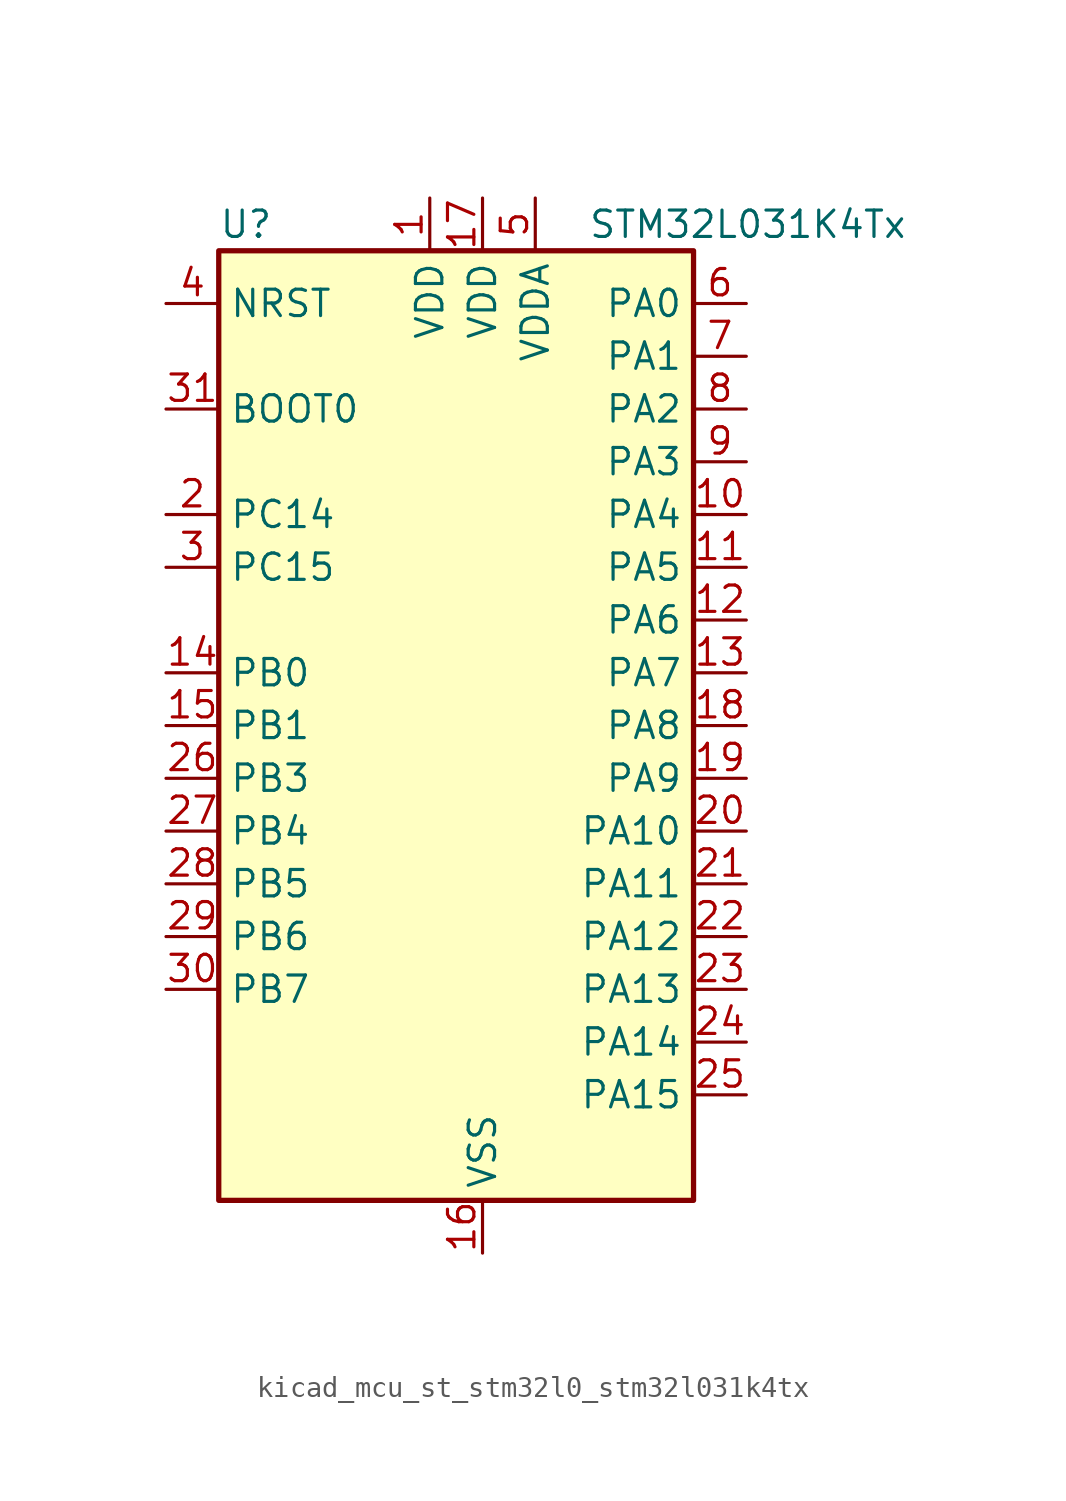
<source format=kicad_sym>
(kicad_symbol_lib
  (version 20220914)
  (generator kicad_symbol_editor)
  (symbol "kicad_mcu_st_stm32l0_stm32l031k4tx"
    (property "Reference" "U"
      (at -10.16 24.13 0)
      (effects (font (size 1.27 1.27)) (justify left)))
    (property "Value" "STM32L031K4Tx"
      (at 7.62 24.13 0)
      (effects (font (size 1.27 1.27)) (justify left)))
    (property "ki_locked" ""
      (at 0 0 0)
      (effects (font (size 1.27 1.27))))
    (symbol "kicad_mcu_st_stm32l0_stm32l031k4tx_0_1"
      (rectangle (start -10.16 -22.86) (end 12.7 22.86) (stroke (width 0.254) (type default)) (fill (type background))))
    (symbol "kicad_mcu_st_stm32l0_stm32l031k4tx_1_1"
      (pin power_in line (at 0 25.4 270) (length 2.54) (name "VDD" (effects (font (size 1.27 1.27)))) (number "1" (effects (font (size 1.27 1.27)))))
      (pin bidirectional line (at 15.24 10.16 180) (length 2.54) (name "PA4" (effects (font (size 1.27 1.27)))) (number "10" (effects (font (size 1.27 1.27)))) (alternate "ADC_IN4" bidirectional line) (alternate "COMP1_INM" bidirectional line) (alternate "COMP2_INM" bidirectional line) (alternate "LPTIM1_IN1" bidirectional line) (alternate "SPI1_NSS" bidirectional line) (alternate "TIM22_ETR" bidirectional line) (alternate "USART2_CK" bidirectional line))
      (pin bidirectional line (at 15.24 7.62 180) (length 2.54) (name "PA5" (effects (font (size 1.27 1.27)))) (number "11" (effects (font (size 1.27 1.27)))) (alternate "ADC_IN5" bidirectional line) (alternate "COMP1_INM" bidirectional line) (alternate "COMP2_INM" bidirectional line) (alternate "LPTIM1_IN2" bidirectional line) (alternate "SPI1_SCK" bidirectional line) (alternate "TIM2_CH1" bidirectional line) (alternate "TIM2_ETR" bidirectional line))
      (pin bidirectional line (at 15.24 5.08 180) (length 2.54) (name "PA6" (effects (font (size 1.27 1.27)))) (number "12" (effects (font (size 1.27 1.27)))) (alternate "ADC_IN6" bidirectional line) (alternate "COMP1_OUT" bidirectional line) (alternate "LPTIM1_ETR" bidirectional line) (alternate "LPUART1_CTS" bidirectional line) (alternate "SPI1_MISO" bidirectional line) (alternate "TIM22_CH1" bidirectional line))
      (pin bidirectional line (at 15.24 2.54 180) (length 2.54) (name "PA7" (effects (font (size 1.27 1.27)))) (number "13" (effects (font (size 1.27 1.27)))) (alternate "ADC_IN7" bidirectional line) (alternate "COMP2_OUT" bidirectional line) (alternate "LPTIM1_OUT" bidirectional line) (alternate "SPI1_MOSI" bidirectional line) (alternate "TIM22_CH2" bidirectional line) (alternate "USART2_CTS" bidirectional line))
      (pin bidirectional line (at -12.7 2.54 0) (length 2.54) (name "PB0" (effects (font (size 1.27 1.27)))) (number "14" (effects (font (size 1.27 1.27)))) (alternate "ADC_IN8" bidirectional line) (alternate "SPI1_MISO" bidirectional line) (alternate "SYS_VREF_OUT_PB0" bidirectional line) (alternate "TIM2_CH3" bidirectional line) (alternate "USART2_DE" bidirectional line) (alternate "USART2_RTS" bidirectional line))
      (pin bidirectional line (at -12.7 0 0) (length 2.54) (name "PB1" (effects (font (size 1.27 1.27)))) (number "15" (effects (font (size 1.27 1.27)))) (alternate "ADC_IN9" bidirectional line) (alternate "LPUART1_DE" bidirectional line) (alternate "LPUART1_RTS" bidirectional line) (alternate "SPI1_MOSI" bidirectional line) (alternate "SYS_VREF_OUT_PB1" bidirectional line) (alternate "TIM2_CH4" bidirectional line) (alternate "USART2_CK" bidirectional line))
      (pin power_in line (at 2.54 -25.4 90) (length 2.54) (name "VSS" (effects (font (size 1.27 1.27)))) (number "16" (effects (font (size 1.27 1.27)))))
      (pin power_in line (at 2.54 25.4 270) (length 2.54) (name "VDD" (effects (font (size 1.27 1.27)))) (number "17" (effects (font (size 1.27 1.27)))))
      (pin bidirectional line (at 15.24 0 180) (length 2.54) (name "PA8" (effects (font (size 1.27 1.27)))) (number "18" (effects (font (size 1.27 1.27)))) (alternate "LPTIM1_IN1" bidirectional line) (alternate "RCC_MCO" bidirectional line) (alternate "TIM2_CH1" bidirectional line) (alternate "USART2_CK" bidirectional line))
      (pin bidirectional line (at 15.24 -2.54 180) (length 2.54) (name "PA9" (effects (font (size 1.27 1.27)))) (number "19" (effects (font (size 1.27 1.27)))) (alternate "I2C1_SCL" bidirectional line) (alternate "RCC_MCO" bidirectional line) (alternate "TIM22_CH1" bidirectional line) (alternate "USART2_TX" bidirectional line))
      (pin bidirectional line (at -12.7 10.16 0) (length 2.54) (name "PC14" (effects (font (size 1.27 1.27)))) (number "2" (effects (font (size 1.27 1.27)))) (alternate "RCC_OSC32_IN" bidirectional line))
      (pin bidirectional line (at 15.24 -5.08 180) (length 2.54) (name "PA10" (effects (font (size 1.27 1.27)))) (number "20" (effects (font (size 1.27 1.27)))) (alternate "I2C1_SDA" bidirectional line) (alternate "TIM22_CH2" bidirectional line) (alternate "USART2_RX" bidirectional line))
      (pin bidirectional line (at 15.24 -7.62 180) (length 2.54) (name "PA11" (effects (font (size 1.27 1.27)))) (number "21" (effects (font (size 1.27 1.27)))) (alternate "ADC_EXTI11" bidirectional line) (alternate "COMP1_OUT" bidirectional line) (alternate "SPI1_MISO" bidirectional line) (alternate "TIM21_CH2" bidirectional line) (alternate "USART2_CTS" bidirectional line))
      (pin bidirectional line (at 15.24 -10.16 180) (length 2.54) (name "PA12" (effects (font (size 1.27 1.27)))) (number "22" (effects (font (size 1.27 1.27)))) (alternate "COMP2_OUT" bidirectional line) (alternate "SPI1_MOSI" bidirectional line) (alternate "USART2_DE" bidirectional line) (alternate "USART2_RTS" bidirectional line))
      (pin bidirectional line (at 15.24 -12.7 180) (length 2.54) (name "PA13" (effects (font (size 1.27 1.27)))) (number "23" (effects (font (size 1.27 1.27)))) (alternate "LPTIM1_ETR" bidirectional line) (alternate "LPUART1_RX" bidirectional line) (alternate "SYS_SWDIO" bidirectional line))
      (pin bidirectional line (at 15.24 -15.24 180) (length 2.54) (name "PA14" (effects (font (size 1.27 1.27)))) (number "24" (effects (font (size 1.27 1.27)))) (alternate "I2C1_SMBA" bidirectional line) (alternate "LPTIM1_OUT" bidirectional line) (alternate "LPUART1_TX" bidirectional line) (alternate "SYS_SWCLK" bidirectional line) (alternate "USART2_TX" bidirectional line))
      (pin bidirectional line (at 15.24 -17.78 180) (length 2.54) (name "PA15" (effects (font (size 1.27 1.27)))) (number "25" (effects (font (size 1.27 1.27)))) (alternate "SPI1_NSS" bidirectional line) (alternate "TIM2_CH1" bidirectional line) (alternate "TIM2_ETR" bidirectional line) (alternate "USART2_RX" bidirectional line))
      (pin bidirectional line (at -12.7 -2.54 0) (length 2.54) (name "PB3" (effects (font (size 1.27 1.27)))) (number "26" (effects (font (size 1.27 1.27)))) (alternate "COMP2_INM" bidirectional line) (alternate "SPI1_SCK" bidirectional line) (alternate "TIM2_CH2" bidirectional line))
      (pin bidirectional line (at -12.7 -5.08 0) (length 2.54) (name "PB4" (effects (font (size 1.27 1.27)))) (number "27" (effects (font (size 1.27 1.27)))) (alternate "COMP2_INP" bidirectional line) (alternate "SPI1_MISO" bidirectional line) (alternate "TIM22_CH1" bidirectional line))
      (pin bidirectional line (at -12.7 -7.62 0) (length 2.54) (name "PB5" (effects (font (size 1.27 1.27)))) (number "28" (effects (font (size 1.27 1.27)))) (alternate "COMP2_INP" bidirectional line) (alternate "I2C1_SMBA" bidirectional line) (alternate "LPTIM1_IN1" bidirectional line) (alternate "SPI1_MOSI" bidirectional line) (alternate "TIM22_CH2" bidirectional line))
      (pin bidirectional line (at -12.7 -10.16 0) (length 2.54) (name "PB6" (effects (font (size 1.27 1.27)))) (number "29" (effects (font (size 1.27 1.27)))) (alternate "COMP2_INP" bidirectional line) (alternate "I2C1_SCL" bidirectional line) (alternate "LPTIM1_ETR" bidirectional line) (alternate "TIM21_CH1" bidirectional line) (alternate "USART2_TX" bidirectional line))
      (pin bidirectional line (at -12.7 7.62 0) (length 2.54) (name "PC15" (effects (font (size 1.27 1.27)))) (number "3" (effects (font (size 1.27 1.27)))) (alternate "RCC_OSC32_OUT" bidirectional line))
      (pin bidirectional line (at -12.7 -12.7 0) (length 2.54) (name "PB7" (effects (font (size 1.27 1.27)))) (number "30" (effects (font (size 1.27 1.27)))) (alternate "COMP2_INP" bidirectional line) (alternate "I2C1_SDA" bidirectional line) (alternate "LPTIM1_IN2" bidirectional line) (alternate "SYS_PVD_IN" bidirectional line) (alternate "USART2_RX" bidirectional line))
      (pin input line (at -12.7 15.24 0) (length 2.54) (name "BOOT0" (effects (font (size 1.27 1.27)))) (number "31" (effects (font (size 1.27 1.27)))))
      (pin passive line (at 2.54 -25.4 90) (length 2.54) hide (name "VSS" (effects (font (size 1.27 1.27)))) (number "32" (effects (font (size 1.27 1.27)))))
      (pin input line (at -12.7 20.32 0) (length 2.54) (name "NRST" (effects (font (size 1.27 1.27)))) (number "4" (effects (font (size 1.27 1.27)))))
      (pin power_in line (at 5.08 25.4 270) (length 2.54) (name "VDDA" (effects (font (size 1.27 1.27)))) (number "5" (effects (font (size 1.27 1.27)))))
      (pin bidirectional line (at 15.24 20.32 180) (length 2.54) (name "PA0" (effects (font (size 1.27 1.27)))) (number "6" (effects (font (size 1.27 1.27)))) (alternate "ADC_IN0" bidirectional line) (alternate "COMP1_INM" bidirectional line) (alternate "COMP1_OUT" bidirectional line) (alternate "LPTIM1_IN1" bidirectional line) (alternate "RCC_CK_IN" bidirectional line) (alternate "RTC_TAMP2" bidirectional line) (alternate "SYS_WKUP1" bidirectional line) (alternate "TIM2_CH1" bidirectional line) (alternate "TIM2_ETR" bidirectional line) (alternate "USART2_CTS" bidirectional line))
      (pin bidirectional line (at 15.24 17.78 180) (length 2.54) (name "PA1" (effects (font (size 1.27 1.27)))) (number "7" (effects (font (size 1.27 1.27)))) (alternate "ADC_IN1" bidirectional line) (alternate "COMP1_INP" bidirectional line) (alternate "I2C1_SMBA" bidirectional line) (alternate "LPTIM1_IN2" bidirectional line) (alternate "TIM21_ETR" bidirectional line) (alternate "TIM2_CH2" bidirectional line) (alternate "USART2_DE" bidirectional line) (alternate "USART2_RTS" bidirectional line))
      (pin bidirectional line (at 15.24 15.24 180) (length 2.54) (name "PA2" (effects (font (size 1.27 1.27)))) (number "8" (effects (font (size 1.27 1.27)))) (alternate "ADC_IN2" bidirectional line) (alternate "COMP2_INM" bidirectional line) (alternate "COMP2_OUT" bidirectional line) (alternate "LPUART1_TX" bidirectional line) (alternate "RTC_OUT_ALARM" bidirectional line) (alternate "RTC_OUT_CALIB" bidirectional line) (alternate "RTC_TAMP3" bidirectional line) (alternate "RTC_TS" bidirectional line) (alternate "SYS_WKUP3" bidirectional line) (alternate "TIM21_CH1" bidirectional line) (alternate "TIM2_CH3" bidirectional line) (alternate "USART2_TX" bidirectional line))
      (pin bidirectional line (at 15.24 12.7 180) (length 2.54) (name "PA3" (effects (font (size 1.27 1.27)))) (number "9" (effects (font (size 1.27 1.27)))) (alternate "ADC_IN3" bidirectional line) (alternate "COMP2_INP" bidirectional line) (alternate "LPUART1_RX" bidirectional line) (alternate "TIM21_CH2" bidirectional line) (alternate "TIM2_CH4" bidirectional line) (alternate "USART2_RX" bidirectional line)))))
</source>
